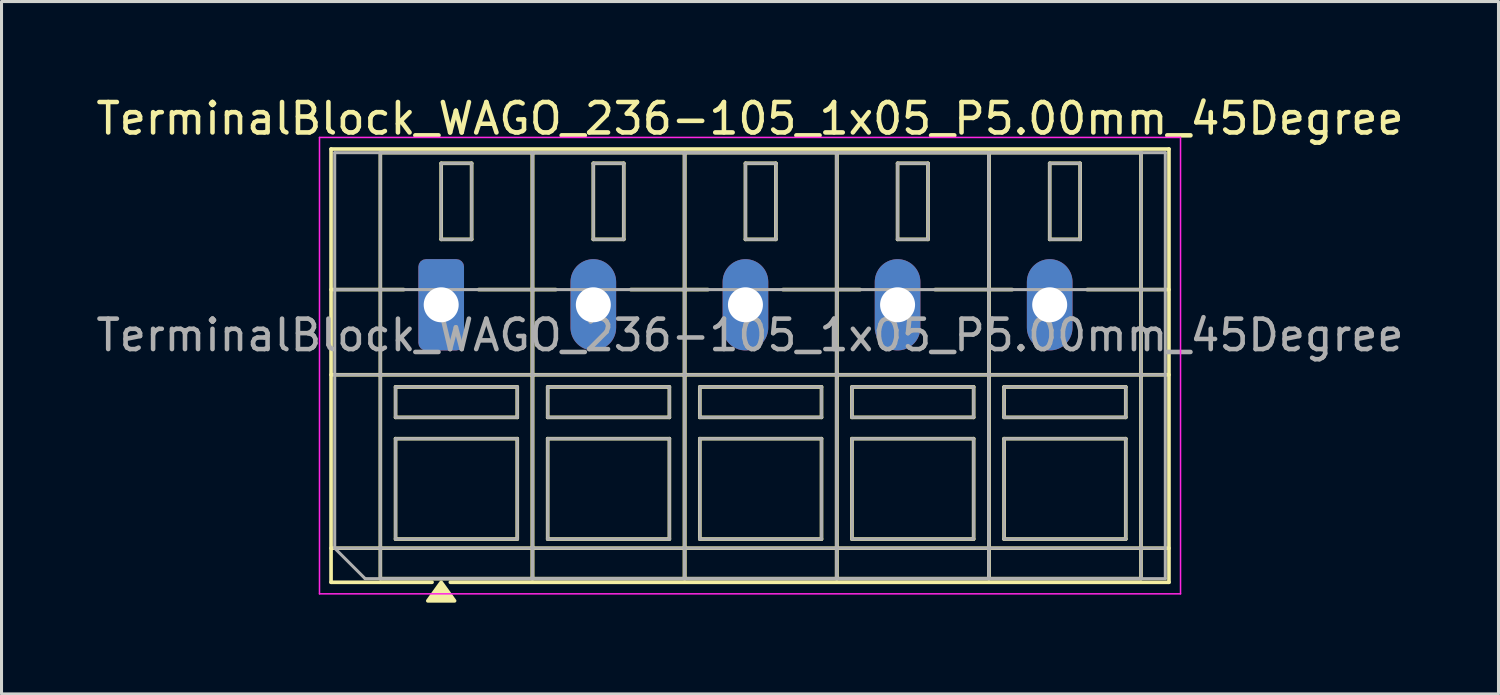
<source format=kicad_pcb>
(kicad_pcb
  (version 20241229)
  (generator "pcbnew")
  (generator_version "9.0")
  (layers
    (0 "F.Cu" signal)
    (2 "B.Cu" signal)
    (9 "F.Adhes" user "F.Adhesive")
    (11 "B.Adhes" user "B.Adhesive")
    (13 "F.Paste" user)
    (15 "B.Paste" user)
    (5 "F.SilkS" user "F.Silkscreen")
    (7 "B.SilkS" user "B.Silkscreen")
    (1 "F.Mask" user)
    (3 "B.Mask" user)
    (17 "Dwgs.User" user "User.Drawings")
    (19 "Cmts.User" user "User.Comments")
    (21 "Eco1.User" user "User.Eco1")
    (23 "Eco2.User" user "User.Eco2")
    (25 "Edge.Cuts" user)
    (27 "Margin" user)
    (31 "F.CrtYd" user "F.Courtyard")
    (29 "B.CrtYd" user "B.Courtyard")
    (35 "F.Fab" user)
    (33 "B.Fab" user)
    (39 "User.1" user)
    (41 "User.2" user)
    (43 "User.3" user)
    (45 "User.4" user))
  (footprint "TerminalBlock_WAGO_236-105_1x05_P5.00mm_45Degree"
    (layer "F.Cu")
    (at 11.451 6.968)
    (property "Reference" "TerminalBlock_WAGO_236-105_1x05_P5.00mm_45Degree" (at 10.15 -6.12 0) (layer "F.SilkS") (effects (font (size 1 1) (thickness 0.15))))
    (attr through_hole)
    (fp_line (start -3.62 -5.12) (end 23.92 -5.12) (stroke (width 0.12) (type solid)) (layer "F.SilkS"))
    (fp_line (start -3.62 -0.5) (end -1.23 -0.5) (stroke (width 0.12) (type solid)) (layer "F.SilkS"))
    (fp_line (start -3.62 2.3) (end 23.92 2.3) (stroke (width 0.12) (type solid)) (layer "F.SilkS"))
    (fp_line (start -3.62 8) (end 23.92 8) (stroke (width 0.12) (type solid)) (layer "F.SilkS"))
    (fp_line (start -3.62 9.12) (end -3.62 -5.12) (stroke (width 0.12) (type solid)) (layer "F.SilkS"))
    (fp_line (start -2 -5) (end 3 -5) (stroke (width 0.12) (type solid)) (layer "F.SilkS"))
    (fp_line (start -2 9) (end -2 -5) (stroke (width 0.12) (type solid)) (layer "F.SilkS"))
    (fp_line (start -1.5 2.7) (end 2.5 2.7) (stroke (width 0.12) (type solid)) (layer "F.SilkS"))
    (fp_line (start -1.5 3.7) (end -1.5 2.7) (stroke (width 0.12) (type solid)) (layer "F.SilkS"))
    (fp_line (start -1.5 4.4) (end 2.5 4.4) (stroke (width 0.12) (type solid)) (layer "F.SilkS"))
    (fp_line (start -1.5 7.7) (end -1.5 4.4) (stroke (width 0.12) (type solid)) (layer "F.SilkS"))
    (fp_line (start -0.3 9.12) (end -3.62 9.12) (stroke (width 0.12) (type solid)) (layer "F.SilkS"))
    (fp_line (start 0 -4.65) (end 1 -4.65) (stroke (width 0.12) (type solid)) (layer "F.SilkS"))
    (fp_line (start 0 -2.15) (end 0 -4.65) (stroke (width 0.12) (type solid)) (layer "F.SilkS"))
    (fp_line (start 1 -4.65) (end 1 -2.15) (stroke (width 0.12) (type solid)) (layer "F.SilkS"))
    (fp_line (start 1 -2.15) (end 0 -2.15) (stroke (width 0.12) (type solid)) (layer "F.SilkS"))
    (fp_line (start 1.23 -0.5) (end 3.77 -0.5) (stroke (width 0.12) (type solid)) (layer "F.SilkS"))
    (fp_line (start 2.5 2.7) (end 2.5 3.7) (stroke (width 0.12) (type solid)) (layer "F.SilkS"))
    (fp_line (start 2.5 3.7) (end -1.5 3.7) (stroke (width 0.12) (type solid)) (layer "F.SilkS"))
    (fp_line (start 2.5 4.4) (end 2.5 7.7) (stroke (width 0.12) (type solid)) (layer "F.SilkS"))
    (fp_line (start 2.5 7.7) (end -1.5 7.7) (stroke (width 0.12) (type solid)) (layer "F.SilkS"))
    (fp_line (start 3 -5) (end 3 9) (stroke (width 0.12) (type solid)) (layer "F.SilkS"))
    (fp_line (start 3 -5) (end 8 -5) (stroke (width 0.12) (type solid)) (layer "F.SilkS"))
    (fp_line (start 3 9) (end -2 9) (stroke (width 0.12) (type solid)) (layer "F.SilkS"))
    (fp_line (start 3 9) (end 3 -5) (stroke (width 0.12) (type solid)) (layer "F.SilkS"))
    (fp_line (start 3.5 2.7) (end 7.5 2.7) (stroke (width 0.12) (type solid)) (layer "F.SilkS"))
    (fp_line (start 3.5 3.7) (end 3.5 2.7) (stroke (width 0.12) (type solid)) (layer "F.SilkS"))
    (fp_line (start 3.5 4.4) (end 7.5 4.4) (stroke (width 0.12) (type solid)) (layer "F.SilkS"))
    (fp_line (start 3.5 7.7) (end 3.5 4.4) (stroke (width 0.12) (type solid)) (layer "F.SilkS"))
    (fp_line (start 5 -4.65) (end 6 -4.65) (stroke (width 0.12) (type solid)) (layer "F.SilkS"))
    (fp_line (start 5 -2.15) (end 5 -4.65) (stroke (width 0.12) (type solid)) (layer "F.SilkS"))
    (fp_line (start 6 -4.65) (end 6 -2.15) (stroke (width 0.12) (type solid)) (layer "F.SilkS"))
    (fp_line (start 6 -2.15) (end 5 -2.15) (stroke (width 0.12) (type solid)) (layer "F.SilkS"))
    (fp_line (start 6.23 -0.5) (end 8.77 -0.5) (stroke (width 0.12) (type solid)) (layer "F.SilkS"))
    (fp_line (start 7.5 2.7) (end 7.5 3.7) (stroke (width 0.12) (type solid)) (layer "F.SilkS"))
    (fp_line (start 7.5 3.7) (end 3.5 3.7) (stroke (width 0.12) (type solid)) (layer "F.SilkS"))
    (fp_line (start 7.5 4.4) (end 7.5 7.7) (stroke (width 0.12) (type solid)) (layer "F.SilkS"))
    (fp_line (start 7.5 7.7) (end 3.5 7.7) (stroke (width 0.12) (type solid)) (layer "F.SilkS"))
    (fp_line (start 8 -5) (end 8 9) (stroke (width 0.12) (type solid)) (layer "F.SilkS"))
    (fp_line (start 8 -5) (end 13 -5) (stroke (width 0.12) (type solid)) (layer "F.SilkS"))
    (fp_line (start 8 9) (end 3 9) (stroke (width 0.12) (type solid)) (layer "F.SilkS"))
    (fp_line (start 8 9) (end 8 -5) (stroke (width 0.12) (type solid)) (layer "F.SilkS"))
    (fp_line (start 8.5 2.7) (end 12.5 2.7) (stroke (width 0.12) (type solid)) (layer "F.SilkS"))
    (fp_line (start 8.5 3.7) (end 8.5 2.7) (stroke (width 0.12) (type solid)) (layer "F.SilkS"))
    (fp_line (start 8.5 4.4) (end 12.5 4.4) (stroke (width 0.12) (type solid)) (layer "F.SilkS"))
    (fp_line (start 8.5 7.7) (end 8.5 4.4) (stroke (width 0.12) (type solid)) (layer "F.SilkS"))
    (fp_line (start 10 -4.65) (end 11 -4.65) (stroke (width 0.12) (type solid)) (layer "F.SilkS"))
    (fp_line (start 10 -2.15) (end 10 -4.65) (stroke (width 0.12) (type solid)) (layer "F.SilkS"))
    (fp_line (start 11 -4.65) (end 11 -2.15) (stroke (width 0.12) (type solid)) (layer "F.SilkS"))
    (fp_line (start 11 -2.15) (end 10 -2.15) (stroke (width 0.12) (type solid)) (layer "F.SilkS"))
    (fp_line (start 11.23 -0.5) (end 13.77 -0.5) (stroke (width 0.12) (type solid)) (layer "F.SilkS"))
    (fp_line (start 12.5 2.7) (end 12.5 3.7) (stroke (width 0.12) (type solid)) (layer "F.SilkS"))
    (fp_line (start 12.5 3.7) (end 8.5 3.7) (stroke (width 0.12) (type solid)) (layer "F.SilkS"))
    (fp_line (start 12.5 4.4) (end 12.5 7.7) (stroke (width 0.12) (type solid)) (layer "F.SilkS"))
    (fp_line (start 12.5 7.7) (end 8.5 7.7) (stroke (width 0.12) (type solid)) (layer "F.SilkS"))
    (fp_line (start 13 -5) (end 13 9) (stroke (width 0.12) (type solid)) (layer "F.SilkS"))
    (fp_line (start 13 -5) (end 18 -5) (stroke (width 0.12) (type solid)) (layer "F.SilkS"))
    (fp_line (start 13 9) (end 8 9) (stroke (width 0.12) (type solid)) (layer "F.SilkS"))
    (fp_line (start 13 9) (end 13 -5) (stroke (width 0.12) (type solid)) (layer "F.SilkS"))
    (fp_line (start 13.5 2.7) (end 17.5 2.7) (stroke (width 0.12) (type solid)) (layer "F.SilkS"))
    (fp_line (start 13.5 3.7) (end 13.5 2.7) (stroke (width 0.12) (type solid)) (layer "F.SilkS"))
    (fp_line (start 13.5 4.4) (end 17.5 4.4) (stroke (width 0.12) (type solid)) (layer "F.SilkS"))
    (fp_line (start 13.5 7.7) (end 13.5 4.4) (stroke (width 0.12) (type solid)) (layer "F.SilkS"))
    (fp_line (start 15 -4.65) (end 16 -4.65) (stroke (width 0.12) (type solid)) (layer "F.SilkS"))
    (fp_line (start 15 -2.15) (end 15 -4.65) (stroke (width 0.12) (type solid)) (layer "F.SilkS"))
    (fp_line (start 16 -4.65) (end 16 -2.15) (stroke (width 0.12) (type solid)) (layer "F.SilkS"))
    (fp_line (start 16 -2.15) (end 15 -2.15) (stroke (width 0.12) (type solid)) (layer "F.SilkS"))
    (fp_line (start 16.23 -0.5) (end 18.77 -0.5) (stroke (width 0.12) (type solid)) (layer "F.SilkS"))
    (fp_line (start 17.5 2.7) (end 17.5 3.7) (stroke (width 0.12) (type solid)) (layer "F.SilkS"))
    (fp_line (start 17.5 3.7) (end 13.5 3.7) (stroke (width 0.12) (type solid)) (layer "F.SilkS"))
    (fp_line (start 17.5 4.4) (end 17.5 7.7) (stroke (width 0.12) (type solid)) (layer "F.SilkS"))
    (fp_line (start 17.5 7.7) (end 13.5 7.7) (stroke (width 0.12) (type solid)) (layer "F.SilkS"))
    (fp_line (start 18 -5) (end 18 9) (stroke (width 0.12) (type solid)) (layer "F.SilkS"))
    (fp_line (start 18 -5) (end 23 -5) (stroke (width 0.12) (type solid)) (layer "F.SilkS"))
    (fp_line (start 18 9) (end 13 9) (stroke (width 0.12) (type solid)) (layer "F.SilkS"))
    (fp_line (start 18 9) (end 18 -5) (stroke (width 0.12) (type solid)) (layer "F.SilkS"))
    (fp_line (start 18.5 2.7) (end 22.5 2.7) (stroke (width 0.12) (type solid)) (layer "F.SilkS"))
    (fp_line (start 18.5 3.7) (end 18.5 2.7) (stroke (width 0.12) (type solid)) (layer "F.SilkS"))
    (fp_line (start 18.5 4.4) (end 22.5 4.4) (stroke (width 0.12) (type solid)) (layer "F.SilkS"))
    (fp_line (start 18.5 7.7) (end 18.5 4.4) (stroke (width 0.12) (type solid)) (layer "F.SilkS"))
    (fp_line (start 20 -4.65) (end 21 -4.65) (stroke (width 0.12) (type solid)) (layer "F.SilkS"))
    (fp_line (start 20 -2.15) (end 20 -4.65) (stroke (width 0.12) (type solid)) (layer "F.SilkS"))
    (fp_line (start 21 -4.65) (end 21 -2.15) (stroke (width 0.12) (type solid)) (layer "F.SilkS"))
    (fp_line (start 21 -2.15) (end 20 -2.15) (stroke (width 0.12) (type solid)) (layer "F.SilkS"))
    (fp_line (start 21.23 -0.5) (end 23.92 -0.5) (stroke (width 0.12) (type solid)) (layer "F.SilkS"))
    (fp_line (start 22.5 2.7) (end 22.5 3.7) (stroke (width 0.12) (type solid)) (layer "F.SilkS"))
    (fp_line (start 22.5 3.7) (end 18.5 3.7) (stroke (width 0.12) (type solid)) (layer "F.SilkS"))
    (fp_line (start 22.5 4.4) (end 22.5 7.7) (stroke (width 0.12) (type solid)) (layer "F.SilkS"))
    (fp_line (start 22.5 7.7) (end 18.5 7.7) (stroke (width 0.12) (type solid)) (layer "F.SilkS"))
    (fp_line (start 23 -5) (end 23 9) (stroke (width 0.12) (type solid)) (layer "F.SilkS"))
    (fp_line (start 23 9) (end 18 9) (stroke (width 0.12) (type solid)) (layer "F.SilkS"))
    (fp_line (start 23.92 -5.12) (end 23.92 9.12) (stroke (width 0.12) (type solid)) (layer "F.SilkS"))
    (fp_line (start 23.92 9.12) (end 0.3 9.12) (stroke (width 0.12) (type solid)) (layer "F.SilkS"))
    (fp_poly (pts (xy 0 9.12) (xy 0.44 9.73) (xy -0.44 9.73)) (stroke (width 0.12) (type solid)) (fill yes) (layer "F.SilkS"))
    (fp_line (start -4 -5.5) (end -4 9.5) (stroke (width 0.05) (type solid)) (layer "F.CrtYd"))
    (fp_line (start -4 9.5) (end 24.3 9.5) (stroke (width 0.05) (type solid)) (layer "F.CrtYd"))
    (fp_line (start 24.3 -5.5) (end -4 -5.5) (stroke (width 0.05) (type solid)) (layer "F.CrtYd"))
    (fp_line (start 24.3 9.5) (end 24.3 -5.5) (stroke (width 0.05) (type solid)) (layer "F.CrtYd"))
    (fp_line (start -3.5 -5) (end 23.8 -5) (stroke (width 0.1) (type solid)) (layer "F.Fab"))
    (fp_line (start -3.5 -0.5) (end 23.8 -0.5) (stroke (width 0.1) (type solid)) (layer "F.Fab"))
    (fp_line (start -3.5 2.3) (end 23.8 2.3) (stroke (width 0.1) (type solid)) (layer "F.Fab"))
    (fp_line (start -3.5 8) (end -3.5 -5) (stroke (width 0.1) (type solid)) (layer "F.Fab"))
    (fp_line (start -3.5 8) (end 23.8 8) (stroke (width 0.1) (type solid)) (layer "F.Fab"))
    (fp_line (start -2.5 9) (end -3.5 8) (stroke (width 0.1) (type solid)) (layer "F.Fab"))
    (fp_line (start -2 -5) (end -2 9) (stroke (width 0.1) (type solid)) (layer "F.Fab"))
    (fp_line (start -2 9) (end 3 9) (stroke (width 0.1) (type solid)) (layer "F.Fab"))
    (fp_line (start -1.5 2.7) (end -1.5 3.7) (stroke (width 0.1) (type solid)) (layer "F.Fab"))
    (fp_line (start -1.5 3.7) (end 2.5 3.7) (stroke (width 0.1) (type solid)) (layer "F.Fab"))
    (fp_line (start -1.5 4.4) (end -1.5 7.7) (stroke (width 0.1) (type solid)) (layer "F.Fab"))
    (fp_line (start -1.5 7.7) (end 2.5 7.7) (stroke (width 0.1) (type solid)) (layer "F.Fab"))
    (fp_line (start 0 -4.65) (end 0 -2.15) (stroke (width 0.1) (type solid)) (layer "F.Fab"))
    (fp_line (start 0 -2.15) (end 1 -2.15) (stroke (width 0.1) (type solid)) (layer "F.Fab"))
    (fp_line (start 1 -4.65) (end 0 -4.65) (stroke (width 0.1) (type solid)) (layer "F.Fab"))
    (fp_line (start 1 -2.15) (end 1 -4.65) (stroke (width 0.1) (type solid)) (layer "F.Fab"))
    (fp_line (start 2.5 2.7) (end -1.5 2.7) (stroke (width 0.1) (type solid)) (layer "F.Fab"))
    (fp_line (start 2.5 3.7) (end 2.5 2.7) (stroke (width 0.1) (type solid)) (layer "F.Fab"))
    (fp_line (start 2.5 4.4) (end -1.5 4.4) (stroke (width 0.1) (type solid)) (layer "F.Fab"))
    (fp_line (start 2.5 7.7) (end 2.5 4.4) (stroke (width 0.1) (type solid)) (layer "F.Fab"))
    (fp_line (start 3 -5) (end -2 -5) (stroke (width 0.1) (type solid)) (layer "F.Fab"))
    (fp_line (start 3 -5) (end 3 9) (stroke (width 0.1) (type solid)) (layer "F.Fab"))
    (fp_line (start 3 9) (end 3 -5) (stroke (width 0.1) (type solid)) (layer "F.Fab"))
    (fp_line (start 3 9) (end 8 9) (stroke (width 0.1) (type solid)) (layer "F.Fab"))
    (fp_line (start 3.5 2.7) (end 3.5 3.7) (stroke (width 0.1) (type solid)) (layer "F.Fab"))
    (fp_line (start 3.5 3.7) (end 7.5 3.7) (stroke (width 0.1) (type solid)) (layer "F.Fab"))
    (fp_line (start 3.5 4.4) (end 3.5 7.7) (stroke (width 0.1) (type solid)) (layer "F.Fab"))
    (fp_line (start 3.5 7.7) (end 7.5 7.7) (stroke (width 0.1) (type solid)) (layer "F.Fab"))
    (fp_line (start 5 -4.65) (end 5 -2.15) (stroke (width 0.1) (type solid)) (layer "F.Fab"))
    (fp_line (start 5 -2.15) (end 6 -2.15) (stroke (width 0.1) (type solid)) (layer "F.Fab"))
    (fp_line (start 6 -4.65) (end 5 -4.65) (stroke (width 0.1) (type solid)) (layer "F.Fab"))
    (fp_line (start 6 -2.15) (end 6 -4.65) (stroke (width 0.1) (type solid)) (layer "F.Fab"))
    (fp_line (start 7.5 2.7) (end 3.5 2.7) (stroke (width 0.1) (type solid)) (layer "F.Fab"))
    (fp_line (start 7.5 3.7) (end 7.5 2.7) (stroke (width 0.1) (type solid)) (layer "F.Fab"))
    (fp_line (start 7.5 4.4) (end 3.5 4.4) (stroke (width 0.1) (type solid)) (layer "F.Fab"))
    (fp_line (start 7.5 7.7) (end 7.5 4.4) (stroke (width 0.1) (type solid)) (layer "F.Fab"))
    (fp_line (start 8 -5) (end 3 -5) (stroke (width 0.1) (type solid)) (layer "F.Fab"))
    (fp_line (start 8 -5) (end 8 9) (stroke (width 0.1) (type solid)) (layer "F.Fab"))
    (fp_line (start 8 9) (end 8 -5) (stroke (width 0.1) (type solid)) (layer "F.Fab"))
    (fp_line (start 8 9) (end 13 9) (stroke (width 0.1) (type solid)) (layer "F.Fab"))
    (fp_line (start 8.5 2.7) (end 8.5 3.7) (stroke (width 0.1) (type solid)) (layer "F.Fab"))
    (fp_line (start 8.5 3.7) (end 12.5 3.7) (stroke (width 0.1) (type solid)) (layer "F.Fab"))
    (fp_line (start 8.5 4.4) (end 8.5 7.7) (stroke (width 0.1) (type solid)) (layer "F.Fab"))
    (fp_line (start 8.5 7.7) (end 12.5 7.7) (stroke (width 0.1) (type solid)) (layer "F.Fab"))
    (fp_line (start 10 -4.65) (end 10 -2.15) (stroke (width 0.1) (type solid)) (layer "F.Fab"))
    (fp_line (start 10 -2.15) (end 11 -2.15) (stroke (width 0.1) (type solid)) (layer "F.Fab"))
    (fp_line (start 11 -4.65) (end 10 -4.65) (stroke (width 0.1) (type solid)) (layer "F.Fab"))
    (fp_line (start 11 -2.15) (end 11 -4.65) (stroke (width 0.1) (type solid)) (layer "F.Fab"))
    (fp_line (start 12.5 2.7) (end 8.5 2.7) (stroke (width 0.1) (type solid)) (layer "F.Fab"))
    (fp_line (start 12.5 3.7) (end 12.5 2.7) (stroke (width 0.1) (type solid)) (layer "F.Fab"))
    (fp_line (start 12.5 4.4) (end 8.5 4.4) (stroke (width 0.1) (type solid)) (layer "F.Fab"))
    (fp_line (start 12.5 7.7) (end 12.5 4.4) (stroke (width 0.1) (type solid)) (layer "F.Fab"))
    (fp_line (start 13 -5) (end 8 -5) (stroke (width 0.1) (type solid)) (layer "F.Fab"))
    (fp_line (start 13 -5) (end 13 9) (stroke (width 0.1) (type solid)) (layer "F.Fab"))
    (fp_line (start 13 9) (end 13 -5) (stroke (width 0.1) (type solid)) (layer "F.Fab"))
    (fp_line (start 13 9) (end 18 9) (stroke (width 0.1) (type solid)) (layer "F.Fab"))
    (fp_line (start 13.5 2.7) (end 13.5 3.7) (stroke (width 0.1) (type solid)) (layer "F.Fab"))
    (fp_line (start 13.5 3.7) (end 17.5 3.7) (stroke (width 0.1) (type solid)) (layer "F.Fab"))
    (fp_line (start 13.5 4.4) (end 13.5 7.7) (stroke (width 0.1) (type solid)) (layer "F.Fab"))
    (fp_line (start 13.5 7.7) (end 17.5 7.7) (stroke (width 0.1) (type solid)) (layer "F.Fab"))
    (fp_line (start 15 -4.65) (end 15 -2.15) (stroke (width 0.1) (type solid)) (layer "F.Fab"))
    (fp_line (start 15 -2.15) (end 16 -2.15) (stroke (width 0.1) (type solid)) (layer "F.Fab"))
    (fp_line (start 16 -4.65) (end 15 -4.65) (stroke (width 0.1) (type solid)) (layer "F.Fab"))
    (fp_line (start 16 -2.15) (end 16 -4.65) (stroke (width 0.1) (type solid)) (layer "F.Fab"))
    (fp_line (start 17.5 2.7) (end 13.5 2.7) (stroke (width 0.1) (type solid)) (layer "F.Fab"))
    (fp_line (start 17.5 3.7) (end 17.5 2.7) (stroke (width 0.1) (type solid)) (layer "F.Fab"))
    (fp_line (start 17.5 4.4) (end 13.5 4.4) (stroke (width 0.1) (type solid)) (layer "F.Fab"))
    (fp_line (start 17.5 7.7) (end 17.5 4.4) (stroke (width 0.1) (type solid)) (layer "F.Fab"))
    (fp_line (start 18 -5) (end 13 -5) (stroke (width 0.1) (type solid)) (layer "F.Fab"))
    (fp_line (start 18 -5) (end 18 9) (stroke (width 0.1) (type solid)) (layer "F.Fab"))
    (fp_line (start 18 9) (end 18 -5) (stroke (width 0.1) (type solid)) (layer "F.Fab"))
    (fp_line (start 18 9) (end 23 9) (stroke (width 0.1) (type solid)) (layer "F.Fab"))
    (fp_line (start 18.5 2.7) (end 18.5 3.7) (stroke (width 0.1) (type solid)) (layer "F.Fab"))
    (fp_line (start 18.5 3.7) (end 22.5 3.7) (stroke (width 0.1) (type solid)) (layer "F.Fab"))
    (fp_line (start 18.5 4.4) (end 18.5 7.7) (stroke (width 0.1) (type solid)) (layer "F.Fab"))
    (fp_line (start 18.5 7.7) (end 22.5 7.7) (stroke (width 0.1) (type solid)) (layer "F.Fab"))
    (fp_line (start 20 -4.65) (end 20 -2.15) (stroke (width 0.1) (type solid)) (layer "F.Fab"))
    (fp_line (start 20 -2.15) (end 21 -2.15) (stroke (width 0.1) (type solid)) (layer "F.Fab"))
    (fp_line (start 21 -4.65) (end 20 -4.65) (stroke (width 0.1) (type solid)) (layer "F.Fab"))
    (fp_line (start 21 -2.15) (end 21 -4.65) (stroke (width 0.1) (type solid)) (layer "F.Fab"))
    (fp_line (start 22.5 2.7) (end 18.5 2.7) (stroke (width 0.1) (type solid)) (layer "F.Fab"))
    (fp_line (start 22.5 3.7) (end 22.5 2.7) (stroke (width 0.1) (type solid)) (layer "F.Fab"))
    (fp_line (start 22.5 4.4) (end 18.5 4.4) (stroke (width 0.1) (type solid)) (layer "F.Fab"))
    (fp_line (start 22.5 7.7) (end 22.5 4.4) (stroke (width 0.1) (type solid)) (layer "F.Fab"))
    (fp_line (start 23 -5) (end 18 -5) (stroke (width 0.1) (type solid)) (layer "F.Fab"))
    (fp_line (start 23 9) (end 23 -5) (stroke (width 0.1) (type solid)) (layer "F.Fab"))
    (fp_line (start 23.8 -5) (end 23.8 9) (stroke (width 0.1) (type solid)) (layer "F.Fab"))
    (fp_line (start 23.8 9) (end -2.5 9) (stroke (width 0.1) (type solid)) (layer "F.Fab"))
    (fp_text user "${REFERENCE}" (at 10.15 1 0) (layer "F.Fab") (effects (font (size 1 1) (thickness 0.15))))
    (pad "1" thru_hole roundrect (at 0 0) (size 1.5 3) (drill 1.15) (layers "*.Cu" "*.Mask") (roundrect_rratio 0.167))
    (pad "2" thru_hole oval (at 5 0) (size 1.5 3) (drill 1.15) (layers "*.Cu" "*.Mask"))
    (pad "3" thru_hole oval (at 10 0) (size 1.5 3) (drill 1.15) (layers "*.Cu" "*.Mask"))
    (pad "4" thru_hole oval (at 15 0) (size 1.5 3) (drill 1.15) (layers "*.Cu" "*.Mask"))
    (pad "5" thru_hole oval (at 20 0) (size 1.5 3) (drill 1.15) (layers "*.Cu" "*.Mask")))
  (gr_rect
    (start -3 -3)
    (end 46.202 19.758)
    (stroke (width 0.1) (type default))
    (fill no)
    (layer "Edge.Cuts")))
</source>
